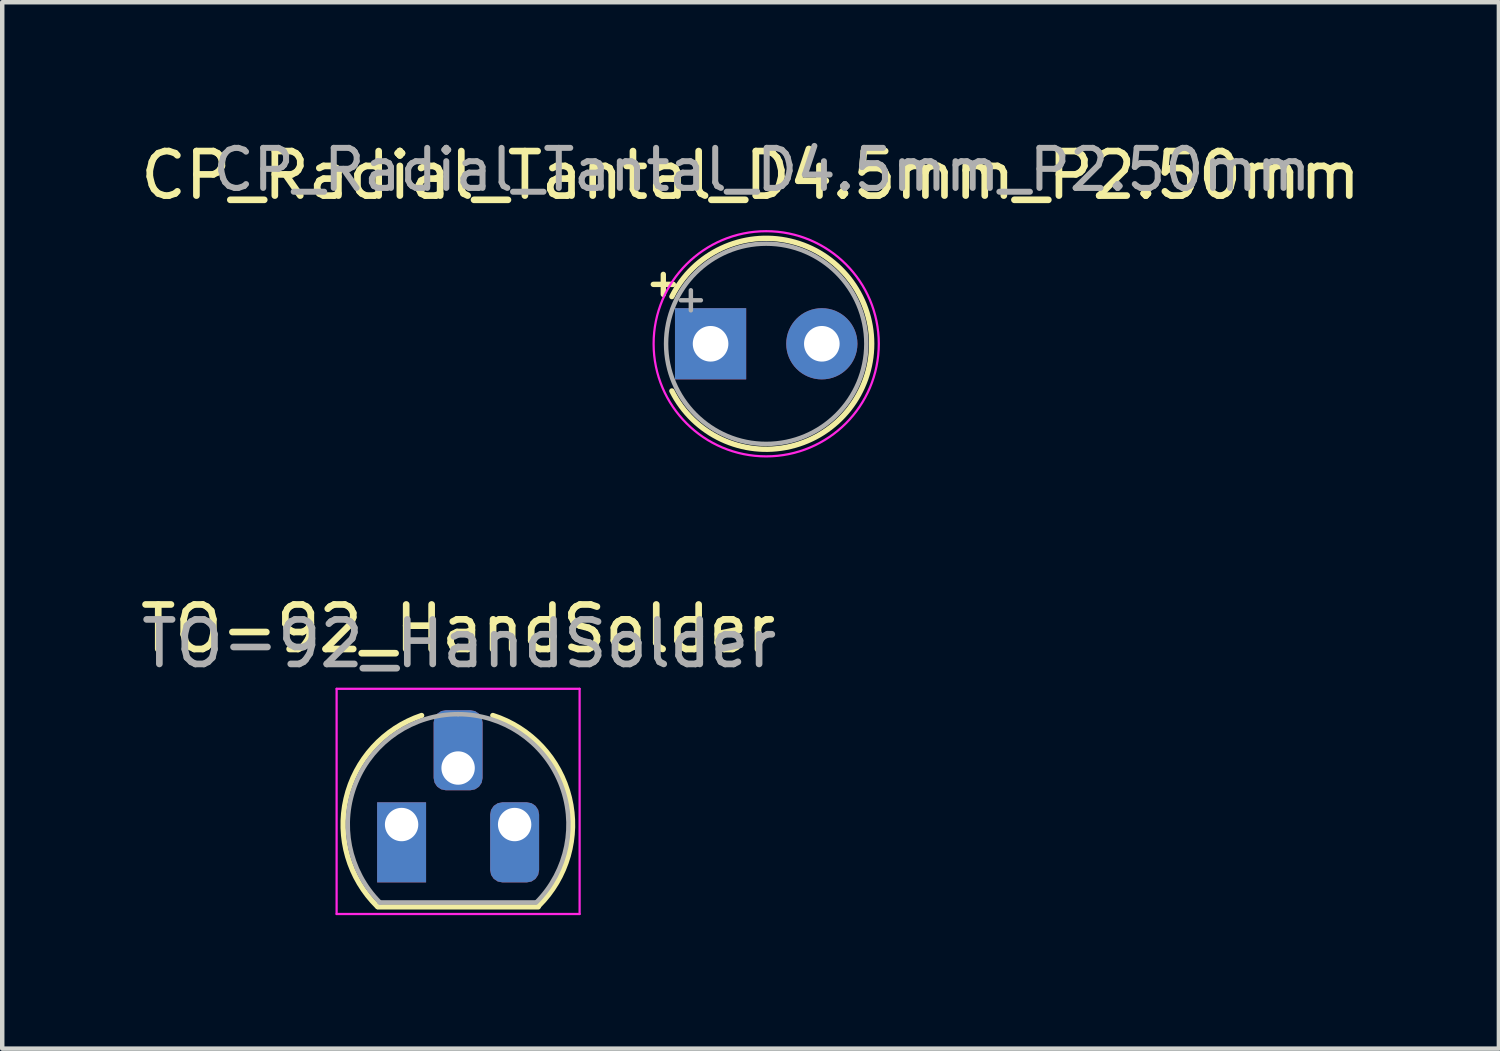
<source format=kicad_pcb>
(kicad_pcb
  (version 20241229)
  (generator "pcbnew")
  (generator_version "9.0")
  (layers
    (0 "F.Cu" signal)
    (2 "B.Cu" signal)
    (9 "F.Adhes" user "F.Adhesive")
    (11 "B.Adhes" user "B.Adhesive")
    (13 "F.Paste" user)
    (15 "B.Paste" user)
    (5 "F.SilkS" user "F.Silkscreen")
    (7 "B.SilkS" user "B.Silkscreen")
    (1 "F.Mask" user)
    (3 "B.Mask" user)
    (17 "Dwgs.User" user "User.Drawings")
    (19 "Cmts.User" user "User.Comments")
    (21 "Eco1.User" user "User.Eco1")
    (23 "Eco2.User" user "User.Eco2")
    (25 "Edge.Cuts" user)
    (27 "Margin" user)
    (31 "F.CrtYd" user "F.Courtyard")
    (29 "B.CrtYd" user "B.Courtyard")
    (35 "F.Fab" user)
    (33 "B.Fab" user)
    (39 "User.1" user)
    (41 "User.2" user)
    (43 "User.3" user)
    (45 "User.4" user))
  (footprint "TO-92_HandSolder"
    (layer "F.Cu")
    (at 5.974 15.478)
    (property "Reference" "TO-92_HandSolder" (at 1.27 -4.4 0) (layer "F.SilkS") (effects (font (size 1 1) (thickness 0.15))))
    (attr through_hole)
    (fp_line (start -0.53 1.85) (end 3.07 1.85) (stroke (width 0.12) (type solid)) (layer "F.SilkS"))
    (fp_arc (start -0.541875 1.841741) (mid -1.247231 -0.581764) (end 0.45 -2.45) (stroke (width 0.12) (type solid)) (layer "F.SilkS"))
    (fp_arc (start 2.05 -2.45) (mid 3.769931 -0.601036) (end 3.078445 1.827684) (stroke (width 0.12) (type solid)) (layer "F.SilkS"))
    (fp_line (start -1.46 -3.05) (end -1.46 2.01) (stroke (width 0.05) (type solid)) (layer "F.CrtYd"))
    (fp_line (start -1.46 -3.05) (end 4 -3.05) (stroke (width 0.05) (type solid)) (layer "F.CrtYd"))
    (fp_line (start 4 2.01) (end -1.46 2.01) (stroke (width 0.05) (type solid)) (layer "F.CrtYd"))
    (fp_line (start 4 2.01) (end 4 -3.05) (stroke (width 0.05) (type solid)) (layer "F.CrtYd"))
    (fp_line (start -0.5 1.75) (end 3 1.75) (stroke (width 0.1) (type solid)) (layer "F.Fab"))
    (fp_arc (start -0.483625 1.753625) (mid -1.021221 -0.949055) (end 1.27 -2.48) (stroke (width 0.1) (type solid)) (layer "F.Fab"))
    (fp_arc (start 1.27 -2.48) (mid 3.561221 -0.949055) (end 3.023625 1.753625) (stroke (width 0.1) (type solid)) (layer "F.Fab"))
    (fp_text user "${REFERENCE}" (at 1.295 -4.064 0) (layer "F.Fab") (effects (font (size 1 1) (thickness 0.15))))
    (pad "1" thru_hole rect (at 0 0) (size 1.1 1.8) (drill 0.75 (offset 0 0.4)) (layers "*.Cu" "*.Mask"))
    (pad "2" thru_hole roundrect (at 1.27 -1.27) (size 1.1 1.8) (drill 0.75 (offset 0 -0.4)) (layers "*.Cu" "*.Mask") (roundrect_rratio 0.25))
    (pad "3" thru_hole roundrect (at 2.54 0) (size 1.1 1.8) (drill 0.75 (offset 0 0.4)) (layers "*.Cu" "*.Mask") (roundrect_rratio 0.25)))
  (footprint "CP_Radial_Tantal_D4.5mm_P2.50mm"
    (layer "F.Cu")
    (at 12.917 4.675)
    (property "Reference" "CP_Radial_Tantal_D4.5mm_P2.50mm" (at 0.899 -3.785 0) (layer "F.SilkS") (effects (font (size 1 1) (thickness 0.15))))
    (attr through_hole)
    (fp_line (start -1.287 -1.335) (end -0.837 -1.335) (stroke (width 0.12) (type solid)) (layer "F.SilkS"))
    (fp_line (start -1.062 -1.56) (end -1.062 -1.11) (stroke (width 0.12) (type solid)) (layer "F.SilkS"))
    (fp_arc (start -0.869741 -1.06) (mid 3.62 0) (end -0.869741 1.06) (stroke (width 0.12) (type solid)) (layer "F.SilkS"))
    (fp_circle (center 1.25 0) (end 3.78 0) (stroke (width 0.05) (type solid)) (fill no) (layer "F.CrtYd"))
    (fp_line (start -0.668 -0.978) (end -0.218 -0.978) (stroke (width 0.1) (type solid)) (layer "F.Fab"))
    (fp_line (start -0.443 -1.202) (end -0.443 -0.752) (stroke (width 0.1) (type solid)) (layer "F.Fab"))
    (fp_circle (center 1.25 0) (end 3.5 0) (stroke (width 0.1) (type solid)) (fill no) (layer "F.Fab"))
    (fp_text user "${REFERENCE}" (at 1.154 -3.912 0) (layer "F.Fab") (effects (font (size 0.9 0.9) (thickness 0.135))))
    (pad "1" thru_hole rect (at 0 0) (size 1.6 1.6) (drill 0.8) (layers "*.Cu" "*.Mask"))
    (pad "2" thru_hole circle (at 2.5 0) (size 1.6 1.6) (drill 0.8) (layers "*.Cu" "*.Mask")))
  (gr_rect
    (start -3 -3)
    (end 30.631 20.513)
    (stroke (width 0.1) (type default))
    (fill no)
    (layer "Edge.Cuts")))
</source>
